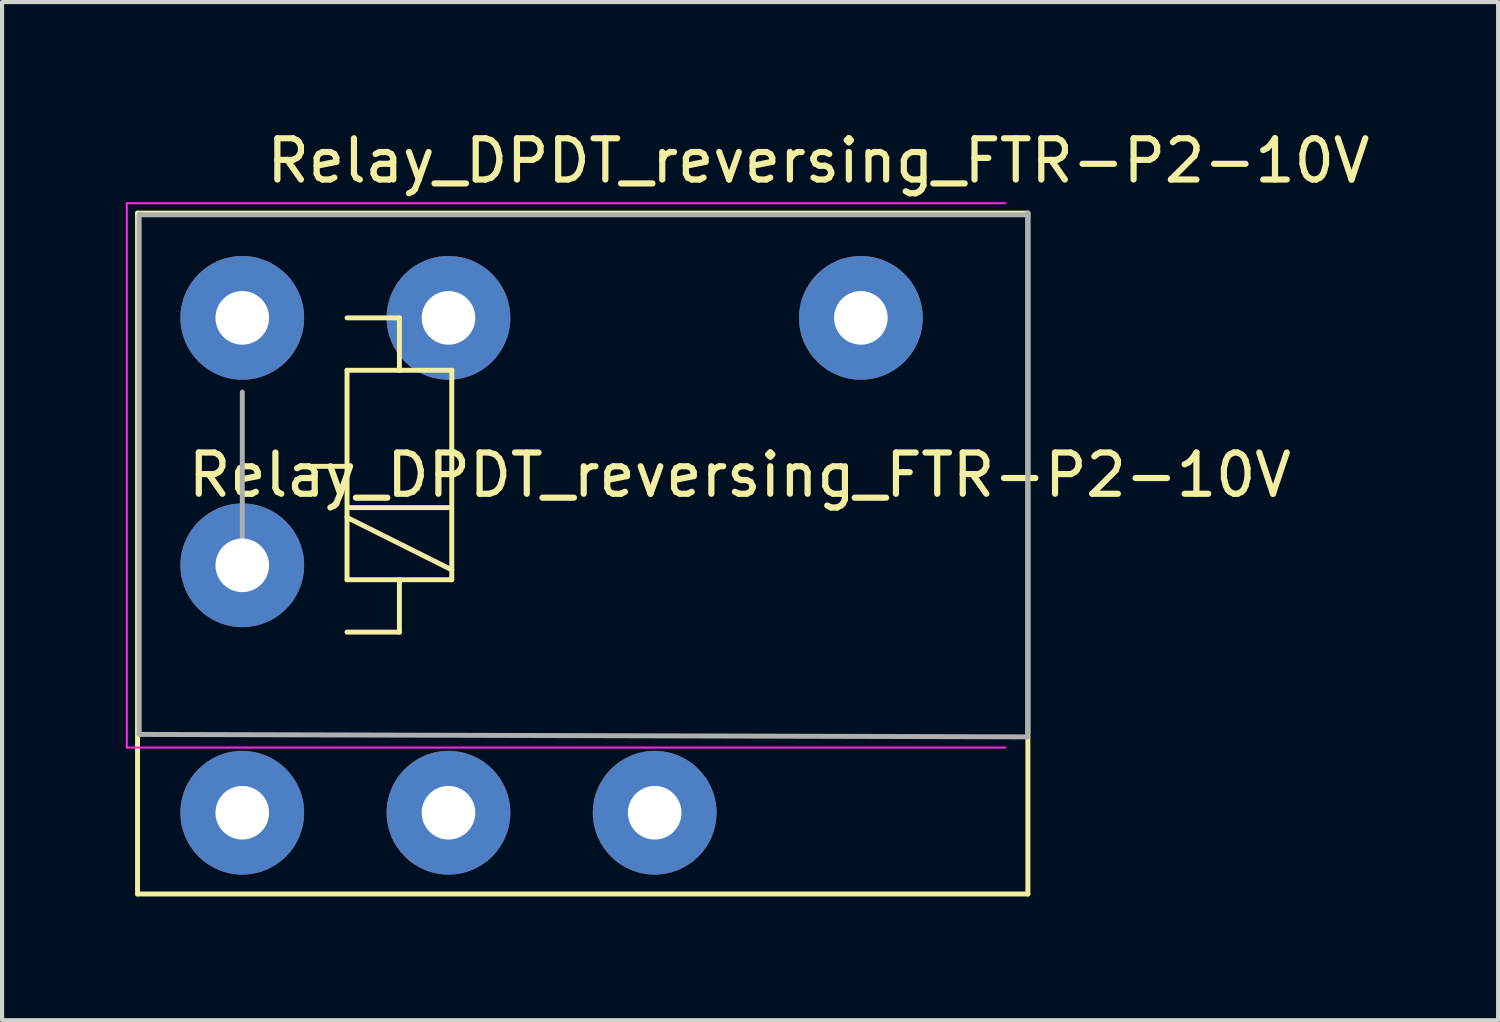
<source format=kicad_pcb>
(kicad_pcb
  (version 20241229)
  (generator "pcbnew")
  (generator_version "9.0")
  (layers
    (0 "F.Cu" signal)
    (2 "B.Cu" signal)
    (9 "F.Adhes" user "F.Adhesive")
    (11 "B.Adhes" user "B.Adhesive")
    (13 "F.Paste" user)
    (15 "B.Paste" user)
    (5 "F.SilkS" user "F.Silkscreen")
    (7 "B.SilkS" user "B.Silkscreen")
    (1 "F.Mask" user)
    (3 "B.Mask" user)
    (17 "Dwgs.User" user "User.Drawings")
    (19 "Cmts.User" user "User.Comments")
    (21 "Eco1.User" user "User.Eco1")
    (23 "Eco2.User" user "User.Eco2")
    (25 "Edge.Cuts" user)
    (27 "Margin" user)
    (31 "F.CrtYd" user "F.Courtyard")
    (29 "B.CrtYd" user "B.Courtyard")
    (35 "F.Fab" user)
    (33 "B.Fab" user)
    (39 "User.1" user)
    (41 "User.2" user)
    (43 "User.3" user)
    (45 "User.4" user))
  (footprint "Relay_DPDT_reversing_FTR-P2-10V"
    (layer "F.Cu")
    (at 2.825 4.658)
    (property "Reference" "Relay_DPDT_reversing_FTR-P2-10V" (at 13.97 -3.81 0) (layer "F.SilkS") (effects (font (size 1 1) (thickness 0.15))))
    (attr through_hole)
    (fp_line (start -2.54 -2.54) (end 19.05 -2.54) (stroke (width 0.12) (type solid)) (layer "F.SilkS"))
    (fp_line (start -2.54 13.97) (end -2.54 -2.54) (stroke (width 0.12) (type solid)) (layer "F.SilkS"))
    (fp_line (start 2.5 3.6) (end 1.7 3.6) (stroke (width 0.12) (type solid)) (layer "F.SilkS"))
    (fp_line (start 2.54 0) (end 3.81 0) (stroke (width 0.12) (type solid)) (layer "F.SilkS"))
    (fp_line (start 2.54 1.27) (end 3.81 1.27) (stroke (width 0.12) (type solid)) (layer "F.SilkS"))
    (fp_line (start 2.54 4.84) (end 5.08 6.11) (stroke (width 0.12) (type solid)) (layer "F.SilkS"))
    (fp_line (start 2.54 6.35) (end 2.54 1.27) (stroke (width 0.12) (type solid)) (layer "F.SilkS"))
    (fp_line (start 2.6 4.6) (end 5 4.6) (stroke (width 0.12) (type solid)) (layer "F.SilkS"))
    (fp_line (start 3.81 0) (end 3.81 1.27) (stroke (width 0.12) (type solid)) (layer "F.SilkS"))
    (fp_line (start 3.81 1.27) (end 5.08 1.27) (stroke (width 0.12) (type solid)) (layer "F.SilkS"))
    (fp_line (start 3.81 6.35) (end 3.81 7.62) (stroke (width 0.12) (type solid)) (layer "F.SilkS"))
    (fp_line (start 3.81 7.62) (end 2.54 7.62) (stroke (width 0.12) (type solid)) (layer "F.SilkS"))
    (fp_line (start 5.08 1.27) (end 5.08 6.35) (stroke (width 0.12) (type solid)) (layer "F.SilkS"))
    (fp_line (start 5.08 6.35) (end 2.54 6.35) (stroke (width 0.12) (type solid)) (layer "F.SilkS"))
    (fp_line (start 19.05 -2.54) (end 19.05 13.97) (stroke (width 0.12) (type solid)) (layer "F.SilkS"))
    (fp_line (start 19.05 13.97) (end -2.54 13.97) (stroke (width 0.12) (type solid)) (layer "F.SilkS"))
    (fp_line (start -2.8 -2.78) (end 18.5 -2.78) (stroke (width 0.05) (type solid)) (layer "F.CrtYd"))
    (fp_line (start -2.8 10.42) (end -2.8 -2.78) (stroke (width 0.05) (type solid)) (layer "F.CrtYd"))
    (fp_line (start 18.5 10.42) (end -2.8 10.42) (stroke (width 0.05) (type solid)) (layer "F.CrtYd"))
    (fp_line (start -2.5 -2.5) (end 19.05 -2.5) (stroke (width 0.12) (type solid)) (layer "F.Fab"))
    (fp_line (start -2.5 10.1) (end -2.5 -2.5) (stroke (width 0.12) (type solid)) (layer "F.Fab"))
    (fp_line (start 0 1.8) (end 0 5.8) (stroke (width 0.12) (type solid)) (layer "F.Fab"))
    (fp_line (start 19.05 -2.54) (end 19.05 10.06) (stroke (width 0.12) (type solid)) (layer "F.Fab"))
    (fp_line (start 19.05 10.16) (end -2.5 10.1) (stroke (width 0.12) (type solid)) (layer "F.Fab"))
    (fp_text user "${REFERENCE}" (at 12.065 3.81 0) (layer "F.SilkS") (effects (font (size 1 1) (thickness 0.15))))
    (pad "1" thru_hole circle (at 0 12) (size 3 3) (drill 1.3) (layers "*.Cu" "*.Mask"))
    (pad "2" thru_hole circle (at 5 12) (size 3 3) (drill 1.3) (layers "*.Cu" "*.Mask"))
    (pad "3" thru_hole circle (at 10 12) (size 3 3) (drill 1.3) (layers "*.Cu" "*.Mask"))
    (pad "5" thru_hole circle (at 0 0) (size 3 3) (drill 1.3) (layers "*.Cu" "*.Mask"))
    (pad "6" thru_hole circle (at 5 0) (size 3 3) (drill 1.3) (layers "*.Cu" "*.Mask"))
    (pad "7" thru_hole circle (at 0 6) (size 3 3) (drill 1.3) (layers "*.Cu" "*.Mask"))
    (pad "8" thru_hole circle (at 15 0) (size 3 3) (drill 1.3) (layers "*.Cu" "*.Mask")))
  (gr_rect
    (start -3 -3)
    (end 33.277 21.688)
    (stroke (width 0.1) (type default))
    (fill no)
    (layer "Edge.Cuts")))
</source>
